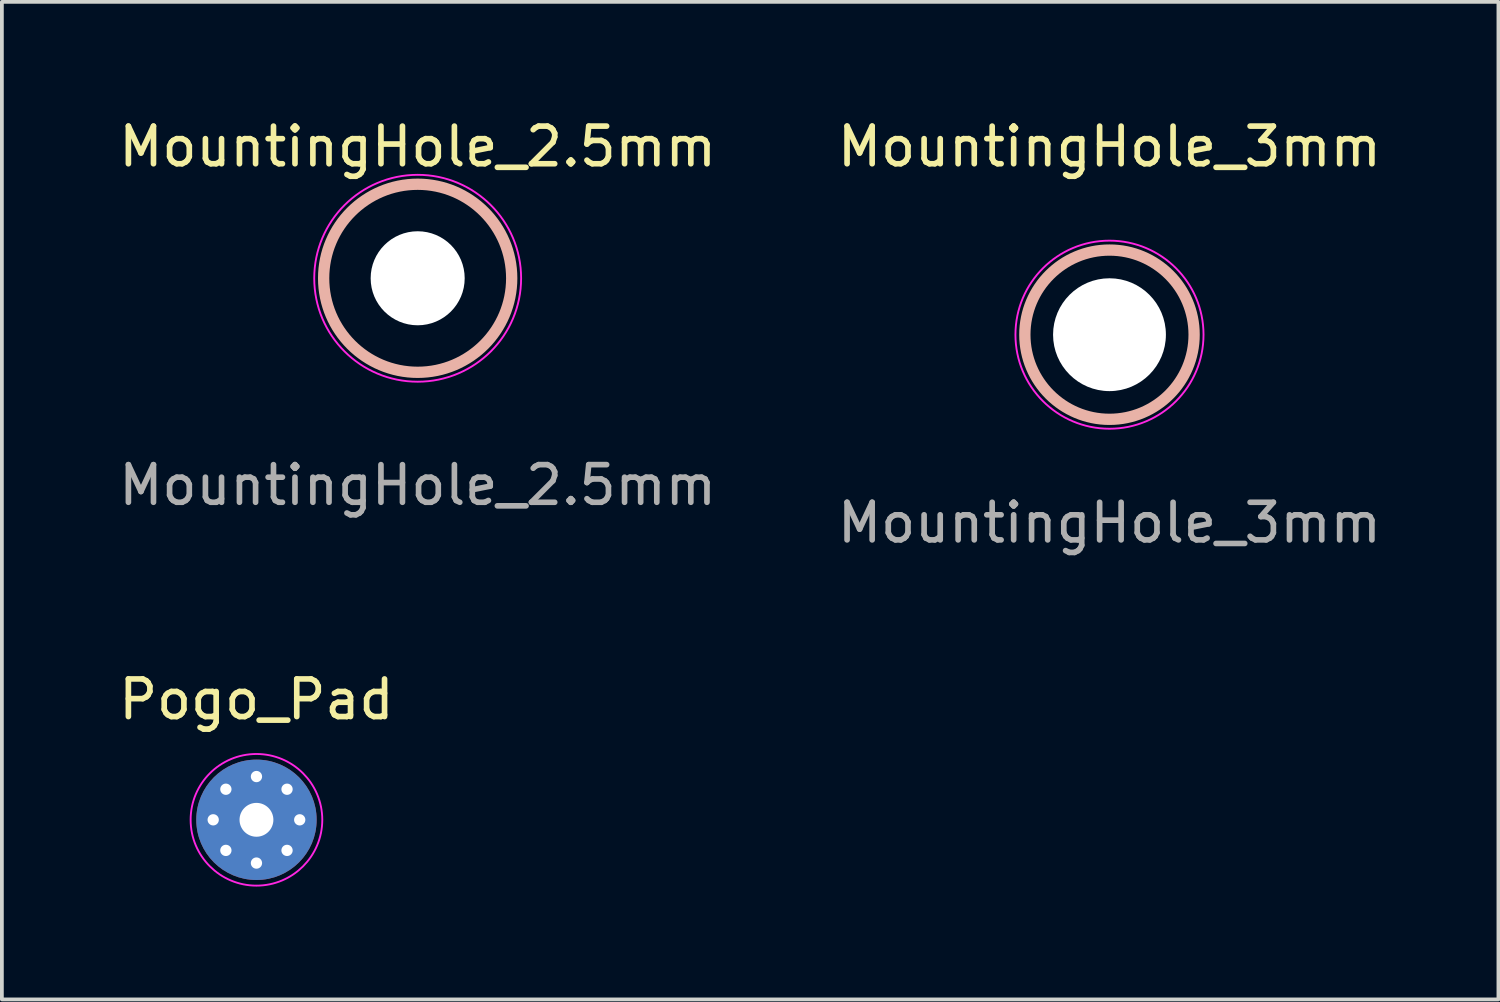
<source format=kicad_pcb>
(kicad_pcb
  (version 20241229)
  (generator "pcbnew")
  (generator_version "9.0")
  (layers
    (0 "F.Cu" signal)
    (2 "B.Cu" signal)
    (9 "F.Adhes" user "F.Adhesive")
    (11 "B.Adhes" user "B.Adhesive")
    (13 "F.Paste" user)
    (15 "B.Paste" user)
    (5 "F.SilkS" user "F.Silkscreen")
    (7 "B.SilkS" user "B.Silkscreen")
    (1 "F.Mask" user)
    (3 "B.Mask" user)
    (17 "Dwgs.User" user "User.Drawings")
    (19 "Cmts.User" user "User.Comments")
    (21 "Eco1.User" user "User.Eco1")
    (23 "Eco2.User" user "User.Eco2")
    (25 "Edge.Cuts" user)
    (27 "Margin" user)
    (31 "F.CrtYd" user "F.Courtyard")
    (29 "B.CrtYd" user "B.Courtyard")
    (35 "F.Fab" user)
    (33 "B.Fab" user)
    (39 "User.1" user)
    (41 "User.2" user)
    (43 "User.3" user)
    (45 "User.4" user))
  (footprint "Pogo_Pad"
    (layer "F.Cu")
    (at 3.768 18.745)
    (property "Reference" "Pogo_Pad" (at 0 -3.2 0) (layer "F.SilkS") (effects (font (size 1 1) (thickness 0.15))))
    (attr exclude_from_pos_files exclude_from_bom)
    (fp_circle (center 0 0) (end 1.75 0) (stroke (width 0.05) (type solid)) (fill no) (layer "F.CrtYd"))
    (pad "1" thru_hole circle (at -1.15 0) (size 0.6 0.6) (drill 0.3) (layers "*.Cu" "*.Mask"))
    (pad "1" thru_hole circle (at -0.813 -0.813 45) (size 0.6 0.6) (drill 0.3) (layers "*.Cu" "*.Mask"))
    (pad "1" thru_hole circle (at -0.813 0.813 45) (size 0.6 0.6) (drill 0.3) (layers "*.Cu" "*.Mask"))
    (pad "1" thru_hole circle (at 0 -1.15) (size 0.6 0.6) (drill 0.3) (layers "*.Cu" "*.Mask"))
    (pad "1" thru_hole circle (at 0 0) (size 3.2 3.2) (drill 0.9) (layers "*.Cu" "*.Mask"))
    (pad "1" thru_hole circle (at 0 1.15) (size 0.6 0.6) (drill 0.3) (layers "*.Cu" "*.Mask"))
    (pad "1" thru_hole circle (at 0.813 -0.813 45) (size 0.6 0.6) (drill 0.3) (layers "*.Cu" "*.Mask"))
    (pad "1" thru_hole circle (at 0.813 0.813 45) (size 0.6 0.6) (drill 0.3) (layers "*.Cu" "*.Mask"))
    (pad "1" thru_hole circle (at 1.15 0) (size 0.6 0.6) (drill 0.3) (layers "*.Cu" "*.Mask")))
  (footprint "MountingHole_2.5mm"
    (layer "F.Cu")
    (at 8.054 4.348)
    (property "Reference" "MountingHole_2.5mm" (at 0 -3.5 0) (layer "F.SilkS") (effects (font (size 1 1) (thickness 0.15))))
    (attr exclude_from_pos_files exclude_from_bom)
    (fp_circle (center 0 0) (end 2.5 0) (stroke (width 0.3) (type solid)) (fill no) (layer "B.SilkS"))
    (fp_circle (center 0 0) (end 2.75 0) (stroke (width 0.05) (type solid)) (fill no) (layer "F.CrtYd"))
    (fp_text user "${REFERENCE}" (at 0 5.5 0) (layer "F.Fab") (effects (font (size 1 1) (thickness 0.15))))
    (pad "" np_thru_hole circle (at 0 0) (size 2.5 2.5) (drill 2.5) (layers "*.Cu" "*.Mask")))
  (footprint "MountingHole_3mm"
    (layer "F.Cu")
    (at 26.446 5.848)
    (property "Reference" "MountingHole_3mm" (at 0 -5 0) (layer "F.SilkS") (effects (font (size 1 1) (thickness 0.15))))
    (attr exclude_from_pos_files exclude_from_bom)
    (fp_circle (center 0 0) (end 2.25 0) (stroke (width 0.3) (type solid)) (fill no) (layer "B.SilkS"))
    (fp_circle (center 0 0) (end 2.5 0) (stroke (width 0.05) (type solid)) (fill no) (layer "F.CrtYd"))
    (fp_text user "${REFERENCE}" (at 0 5 0) (layer "F.Fab") (effects (font (size 1 1) (thickness 0.15))))
    (pad "" np_thru_hole circle (at 0 0) (size 3 3) (drill 3) (layers "*.Cu" "*.Mask")))
  (gr_rect
    (start -3 -3)
    (end 36.786 23.52)
    (stroke (width 0.1) (type default))
    (fill no)
    (layer "Edge.Cuts")))
</source>
